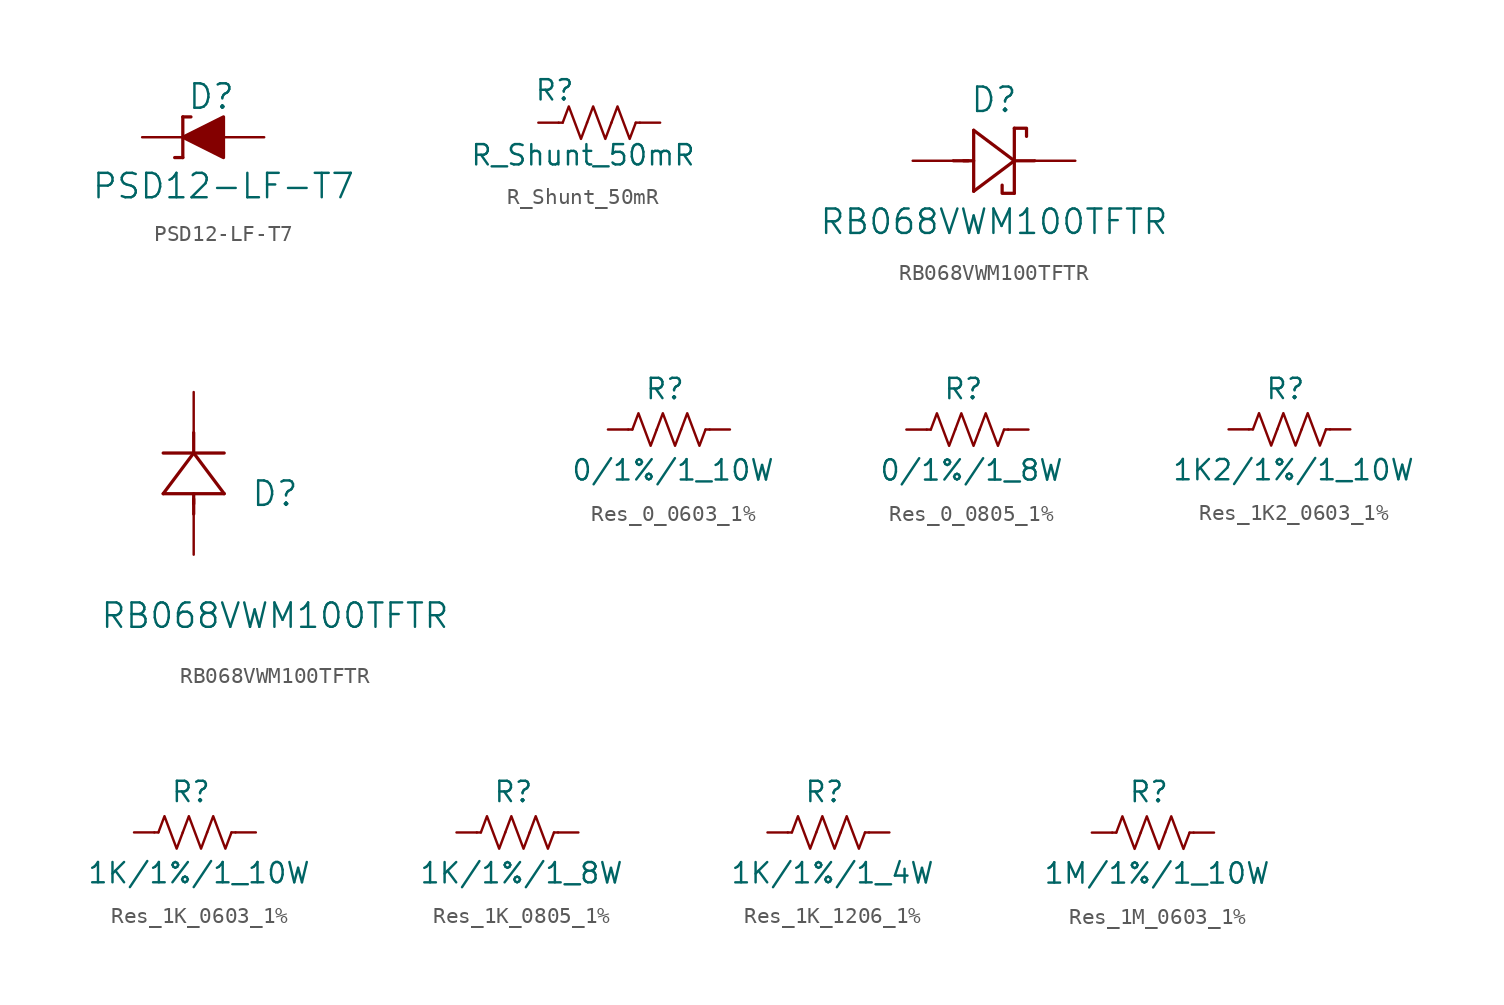
<source format=kicad_sym>
(kicad_symbol_lib
  (version 20231120)
  (generator "kicad_symbol_editor")
  (generator_version "8.0")
  (symbol "PSD12-LF-T7"
    (pin_numbers hide)
    (pin_names
      (offset 0.254) hide)
    (property "Reference" "D"
      (at 1.778 2.54 0)
      (effects (font (size 1.524 1.524))))
    (property "Value" "PSD12-LF-T7"
      (at 2.54 -3.048 0)
      (effects (font (size 1.524 1.524))))
    (symbol "PSD12-LF-T7_0_1"
      (polyline (pts (xy -0.508 -1.27) (xy 0 -1.27)) (stroke (width 0.203) (type default)) (fill (type none)))
      (polyline (pts (xy 0 1.27) (xy 0 -1.27)) (stroke (width 0.203) (type default)) (fill (type none)))
      (polyline (pts (xy 0 1.27) (xy 0.508 1.27)) (stroke (width 0.203) (type default)) (fill (type none)))
      (pin unspecified line (at -2.54 0 0) (length 2.54) (name "1" (effects (font (size 1.27 1.27)))) (number "1" (effects (font (size 1.27 1.27)))))
      (pin unspecified line (at 5.08 0 180) (length 2.54) (name "2" (effects (font (size 1.27 1.27)))) (number "2" (effects (font (size 1.27 1.27))))))
    (symbol "PSD12-LF-T7_1_1"
      (polyline (pts (xy 0 0) (xy 2.54 1.27) (xy 2.54 -1.27) (xy 0 0)) (stroke (width 0.203) (type default)) (fill (type outline)))))
  (symbol "R_Shunt_50mR"
    (pin_numbers hide)
    (pin_names
      (offset 0))
    (property "Reference" "R"
      (at 1.016 2.032 0)
      (effects (font (size 1.27 1.27))))
    (property "Value" "R_Shunt_50mR"
      (at 2.794 -2.032 0)
      (effects (font (size 1.27 1.27))))
    (symbol "R_Shunt_50mR_0_1"
      (polyline (pts (xy 1.524 0) (xy 1.27 0)) (stroke (width 0) (type default)) (fill (type none)))
      (polyline (pts (xy 6.096 0) (xy 6.35 0)) (stroke (width 0) (type default)) (fill (type none)))
      (polyline (pts (xy 1.524 0) (xy 1.905 1.016) (xy 2.286 0) (xy 2.667 -1.016) (xy 3.048 0)) (stroke (width 0) (type default)) (fill (type none)))
      (polyline (pts (xy 3.048 0) (xy 3.429 1.016) (xy 3.81 0) (xy 4.191 -1.016) (xy 4.572 0)) (stroke (width 0) (type default)) (fill (type none)))
      (polyline (pts (xy 4.572 0) (xy 4.953 1.016) (xy 5.334 0) (xy 5.715 -1.016) (xy 6.096 0)) (stroke (width 0) (type default)) (fill (type none))))
    (symbol "R_Shunt_50mR_1_1"
      (pin passive line (at 0 0 0) (length 1.27) (name "~" (effects (font (size 1.27 1.27)))) (number "1" (effects (font (size 1.27 1.27)))))
      (pin passive line (at 7.62 0 180) (length 1.27) (name "~" (effects (font (size 1.27 1.27)))) (number "2" (effects (font (size 1.27 1.27)))))))
  (symbol "RB068VWM100TFTR"
    (pin_numbers hide)
    (pin_names
      (offset 0.254) hide)
    (property "Reference" "D"
      (at 5.08 3.81 0)
      (effects (font (size 1.524 1.524))))
    (property "Value" "RB068VWM100TFTR"
      (at 5.08 -3.81 0)
      (effects (font (size 1.524 1.524))))
    (symbol "RB068VWM100TFTR_1_1"
      (polyline (pts (xy 2.54 0) (xy 3.48 0)) (stroke (width 0.203) (type default)) (fill (type none)))
      (polyline (pts (xy 3.175 0) (xy 3.81 0)) (stroke (width 0.203) (type default)) (fill (type none)))
      (polyline (pts (xy 3.81 -1.905) (xy 6.35 0)) (stroke (width 0.203) (type default)) (fill (type none)))
      (polyline (pts (xy 3.81 1.905) (xy 3.81 -1.905)) (stroke (width 0.203) (type default)) (fill (type none)))
      (polyline (pts (xy 6.35 -2.032) (xy 6.35 2.032)) (stroke (width 0.203) (type default)) (fill (type none)))
      (polyline (pts (xy 6.35 0) (xy 3.81 1.905)) (stroke (width 0.203) (type default)) (fill (type none)))
      (polyline (pts (xy 6.35 0) (xy 7.62 0)) (stroke (width 0.203) (type default)) (fill (type none)))
      (polyline (pts (xy 6.35 -2.032) (xy 5.588 -2.032) (xy 5.588 -1.524)) (stroke (width 0.203) (type default)) (fill (type none)))
      (polyline (pts (xy 6.35 2.032) (xy 7.112 2.032) (xy 7.112 1.524)) (stroke (width 0.203) (type default)) (fill (type none)))
      (pin unspecified line (at 10.16 0 180) (length 2.54) (name "" (effects (font (size 1.27 1.27)))) (number "1" (effects (font (size 1.27 1.27)))))
      (pin unspecified line (at 0 0 0) (length 2.54) (name "" (effects (font (size 1.27 1.27)))) (number "2" (effects (font (size 1.27 1.27))))))
    (symbol "RB068VWM100TFTR_1_2"
      (polyline (pts (xy -1.905 3.81) (xy 1.905 3.81)) (stroke (width 0.203) (type default)) (fill (type none)))
      (polyline (pts (xy 0 2.54) (xy 0 3.48)) (stroke (width 0.203) (type default)) (fill (type none)))
      (polyline (pts (xy 0 3.175) (xy 0 3.81)) (stroke (width 0.203) (type default)) (fill (type none)))
      (polyline (pts (xy 0 6.35) (xy -1.905 3.81)) (stroke (width 0.203) (type default)) (fill (type none)))
      (polyline (pts (xy 0 6.35) (xy 0 7.62)) (stroke (width 0.203) (type default)) (fill (type none)))
      (polyline (pts (xy 1.905 3.81) (xy 0 6.35)) (stroke (width 0.203) (type default)) (fill (type none)))
      (polyline (pts (xy 1.905 6.35) (xy -1.905 6.35)) (stroke (width 0.203) (type default)) (fill (type none)))
      (pin unspecified line (at 0 10.16 270) (length 2.54) (name "" (effects (font (size 1.27 1.27)))) (number "1" (effects (font (size 1.27 1.27)))))
      (pin unspecified line (at 0 0 90) (length 2.54) (name "" (effects (font (size 1.27 1.27)))) (number "2" (effects (font (size 1.27 1.27)))))))
  (symbol "Res_0_0603_1%"
    (pin_numbers hide)
    (pin_names hide)
    (property "Reference" "R"
      (at 3.556 2.54 0)
      (effects (font (size 1.27 1.27))))
    (property "Value" "0/1%/1_10W"
      (at 4.064 -2.54 0)
      (effects (font (size 1.27 1.27))))
    (symbol "Res_0_0603_1%_0_1"
      (polyline (pts (xy 1.524 0) (xy 1.27 0)) (stroke (width 0) (type default)) (fill (type none)))
      (polyline (pts (xy 6.096 0) (xy 6.35 0)) (stroke (width 0) (type default)) (fill (type none)))
      (polyline (pts (xy 1.524 0) (xy 1.905 1.016) (xy 2.286 0) (xy 2.667 -1.016) (xy 3.048 0)) (stroke (width 0) (type default)) (fill (type none)))
      (polyline (pts (xy 3.048 0) (xy 3.429 1.016) (xy 3.81 0) (xy 4.191 -1.016) (xy 4.572 0)) (stroke (width 0) (type default)) (fill (type none)))
      (polyline (pts (xy 4.572 0) (xy 4.953 1.016) (xy 5.334 0) (xy 5.715 -1.016) (xy 6.096 0)) (stroke (width 0) (type default)) (fill (type none))))
    (symbol "Res_0_0603_1%_1_1"
      (pin passive line (at 0 0 0) (length 1.27) (name "~" (effects (font (size 1.27 1.27)))) (number "1" (effects (font (size 1.27 1.27)))))
      (pin passive line (at 7.62 0 180) (length 1.27) (name "~" (effects (font (size 1.27 1.27)))) (number "2" (effects (font (size 1.27 1.27)))))))
  (symbol "Res_0_0805_1%"
    (pin_numbers hide)
    (pin_names hide)
    (property "Reference" "R"
      (at 3.556 2.54 0)
      (effects (font (size 1.27 1.27))))
    (property "Value" "0/1%/1_8W"
      (at 4.064 -2.54 0)
      (effects (font (size 1.27 1.27))))
    (symbol "Res_0_0805_1%_0_1"
      (polyline (pts (xy 1.524 0) (xy 1.27 0)) (stroke (width 0) (type default)) (fill (type none)))
      (polyline (pts (xy 6.096 0) (xy 6.35 0)) (stroke (width 0) (type default)) (fill (type none)))
      (polyline (pts (xy 1.524 0) (xy 1.905 1.016) (xy 2.286 0) (xy 2.667 -1.016) (xy 3.048 0)) (stroke (width 0) (type default)) (fill (type none)))
      (polyline (pts (xy 3.048 0) (xy 3.429 1.016) (xy 3.81 0) (xy 4.191 -1.016) (xy 4.572 0)) (stroke (width 0) (type default)) (fill (type none)))
      (polyline (pts (xy 4.572 0) (xy 4.953 1.016) (xy 5.334 0) (xy 5.715 -1.016) (xy 6.096 0)) (stroke (width 0) (type default)) (fill (type none))))
    (symbol "Res_0_0805_1%_1_1"
      (pin passive line (at 0 0 0) (length 1.27) (name "~" (effects (font (size 1.27 1.27)))) (number "1" (effects (font (size 1.27 1.27)))))
      (pin passive line (at 7.62 0 180) (length 1.27) (name "~" (effects (font (size 1.27 1.27)))) (number "2" (effects (font (size 1.27 1.27)))))))
  (symbol "Res_1K2_0603_1%"
    (pin_numbers hide)
    (pin_names hide)
    (property "Reference" "R"
      (at 3.556 2.54 0)
      (effects (font (size 1.27 1.27))))
    (property "Value" "1K2/1%/1_10W"
      (at 4.064 -2.54 0)
      (effects (font (size 1.27 1.27))))
    (symbol "Res_1K2_0603_1%_0_1"
      (polyline (pts (xy 1.524 0) (xy 1.27 0)) (stroke (width 0) (type default)) (fill (type none)))
      (polyline (pts (xy 6.096 0) (xy 6.35 0)) (stroke (width 0) (type default)) (fill (type none)))
      (polyline (pts (xy 1.524 0) (xy 1.905 1.016) (xy 2.286 0) (xy 2.667 -1.016) (xy 3.048 0)) (stroke (width 0) (type default)) (fill (type none)))
      (polyline (pts (xy 3.048 0) (xy 3.429 1.016) (xy 3.81 0) (xy 4.191 -1.016) (xy 4.572 0)) (stroke (width 0) (type default)) (fill (type none)))
      (polyline (pts (xy 4.572 0) (xy 4.953 1.016) (xy 5.334 0) (xy 5.715 -1.016) (xy 6.096 0)) (stroke (width 0) (type default)) (fill (type none))))
    (symbol "Res_1K2_0603_1%_1_1"
      (pin passive line (at 0 0 0) (length 1.27) (name "~" (effects (font (size 1.27 1.27)))) (number "1" (effects (font (size 1.27 1.27)))))
      (pin passive line (at 7.62 0 180) (length 1.27) (name "~" (effects (font (size 1.27 1.27)))) (number "2" (effects (font (size 1.27 1.27)))))))
  (symbol "Res_1K_0603_1%"
    (pin_numbers hide)
    (pin_names hide)
    (property "Reference" "R"
      (at 3.556 2.54 0)
      (effects (font (size 1.27 1.27))))
    (property "Value" "1K/1%/1_10W"
      (at 4.064 -2.54 0)
      (effects (font (size 1.27 1.27))))
    (symbol "Res_1K_0603_1%_0_1"
      (polyline (pts (xy 1.524 0) (xy 1.27 0)) (stroke (width 0) (type default)) (fill (type none)))
      (polyline (pts (xy 6.096 0) (xy 6.35 0)) (stroke (width 0) (type default)) (fill (type none)))
      (polyline (pts (xy 1.524 0) (xy 1.905 1.016) (xy 2.286 0) (xy 2.667 -1.016) (xy 3.048 0)) (stroke (width 0) (type default)) (fill (type none)))
      (polyline (pts (xy 3.048 0) (xy 3.429 1.016) (xy 3.81 0) (xy 4.191 -1.016) (xy 4.572 0)) (stroke (width 0) (type default)) (fill (type none)))
      (polyline (pts (xy 4.572 0) (xy 4.953 1.016) (xy 5.334 0) (xy 5.715 -1.016) (xy 6.096 0)) (stroke (width 0) (type default)) (fill (type none))))
    (symbol "Res_1K_0603_1%_1_1"
      (pin passive line (at 0 0 0) (length 1.27) (name "~" (effects (font (size 1.27 1.27)))) (number "1" (effects (font (size 1.27 1.27)))))
      (pin passive line (at 7.62 0 180) (length 1.27) (name "~" (effects (font (size 1.27 1.27)))) (number "2" (effects (font (size 1.27 1.27)))))))
  (symbol "Res_1K_0805_1%"
    (pin_numbers hide)
    (pin_names hide)
    (property "Reference" "R"
      (at 3.556 2.54 0)
      (effects (font (size 1.27 1.27))))
    (property "Value" "1K/1%/1_8W"
      (at 4.064 -2.54 0)
      (effects (font (size 1.27 1.27))))
    (symbol "Res_1K_0805_1%_0_1"
      (polyline (pts (xy 1.524 0) (xy 1.27 0)) (stroke (width 0) (type default)) (fill (type none)))
      (polyline (pts (xy 6.096 0) (xy 6.35 0)) (stroke (width 0) (type default)) (fill (type none)))
      (polyline (pts (xy 1.524 0) (xy 1.905 1.016) (xy 2.286 0) (xy 2.667 -1.016) (xy 3.048 0)) (stroke (width 0) (type default)) (fill (type none)))
      (polyline (pts (xy 3.048 0) (xy 3.429 1.016) (xy 3.81 0) (xy 4.191 -1.016) (xy 4.572 0)) (stroke (width 0) (type default)) (fill (type none)))
      (polyline (pts (xy 4.572 0) (xy 4.953 1.016) (xy 5.334 0) (xy 5.715 -1.016) (xy 6.096 0)) (stroke (width 0) (type default)) (fill (type none))))
    (symbol "Res_1K_0805_1%_1_1"
      (pin passive line (at 0 0 0) (length 1.27) (name "~" (effects (font (size 1.27 1.27)))) (number "1" (effects (font (size 1.27 1.27)))))
      (pin passive line (at 7.62 0 180) (length 1.27) (name "~" (effects (font (size 1.27 1.27)))) (number "2" (effects (font (size 1.27 1.27)))))))
  (symbol "Res_1K_1206_1%"
    (pin_numbers hide)
    (pin_names hide)
    (property "Reference" "R"
      (at 3.556 2.54 0)
      (effects (font (size 1.27 1.27))))
    (property "Value" "1K/1%/1_4W"
      (at 4.064 -2.54 0)
      (effects (font (size 1.27 1.27))))
    (symbol "Res_1K_1206_1%_0_1"
      (polyline (pts (xy 1.524 0) (xy 1.27 0)) (stroke (width 0) (type default)) (fill (type none)))
      (polyline (pts (xy 6.096 0) (xy 6.35 0)) (stroke (width 0) (type default)) (fill (type none)))
      (polyline (pts (xy 1.524 0) (xy 1.905 1.016) (xy 2.286 0) (xy 2.667 -1.016) (xy 3.048 0)) (stroke (width 0) (type default)) (fill (type none)))
      (polyline (pts (xy 3.048 0) (xy 3.429 1.016) (xy 3.81 0) (xy 4.191 -1.016) (xy 4.572 0)) (stroke (width 0) (type default)) (fill (type none)))
      (polyline (pts (xy 4.572 0) (xy 4.953 1.016) (xy 5.334 0) (xy 5.715 -1.016) (xy 6.096 0)) (stroke (width 0) (type default)) (fill (type none))))
    (symbol "Res_1K_1206_1%_1_1"
      (pin passive line (at 0 0 0) (length 1.27) (name "~" (effects (font (size 1.27 1.27)))) (number "1" (effects (font (size 1.27 1.27)))))
      (pin passive line (at 7.62 0 180) (length 1.27) (name "~" (effects (font (size 1.27 1.27)))) (number "2" (effects (font (size 1.27 1.27)))))))
  (symbol "Res_1M_0603_1%"
    (pin_numbers hide)
    (pin_names hide)
    (property "Reference" "R"
      (at 3.556 2.54 0)
      (effects (font (size 1.27 1.27))))
    (property "Value" "1M/1%/1_10W"
      (at 4.064 -2.54 0)
      (effects (font (size 1.27 1.27))))
    (symbol "Res_1M_0603_1%_0_1"
      (polyline (pts (xy 1.524 0) (xy 1.27 0)) (stroke (width 0) (type default)) (fill (type none)))
      (polyline (pts (xy 6.096 0) (xy 6.35 0)) (stroke (width 0) (type default)) (fill (type none)))
      (polyline (pts (xy 1.524 0) (xy 1.905 1.016) (xy 2.286 0) (xy 2.667 -1.016) (xy 3.048 0)) (stroke (width 0) (type default)) (fill (type none)))
      (polyline (pts (xy 3.048 0) (xy 3.429 1.016) (xy 3.81 0) (xy 4.191 -1.016) (xy 4.572 0)) (stroke (width 0) (type default)) (fill (type none)))
      (polyline (pts (xy 4.572 0) (xy 4.953 1.016) (xy 5.334 0) (xy 5.715 -1.016) (xy 6.096 0)) (stroke (width 0) (type default)) (fill (type none))))
    (symbol "Res_1M_0603_1%_1_1"
      (pin passive line (at 0 0 0) (length 1.27) (name "~" (effects (font (size 1.27 1.27)))) (number "1" (effects (font (size 1.27 1.27)))))
      (pin passive line (at 7.62 0 180) (length 1.27) (name "~" (effects (font (size 1.27 1.27)))) (number "2" (effects (font (size 1.27 1.27))))))))
</source>
